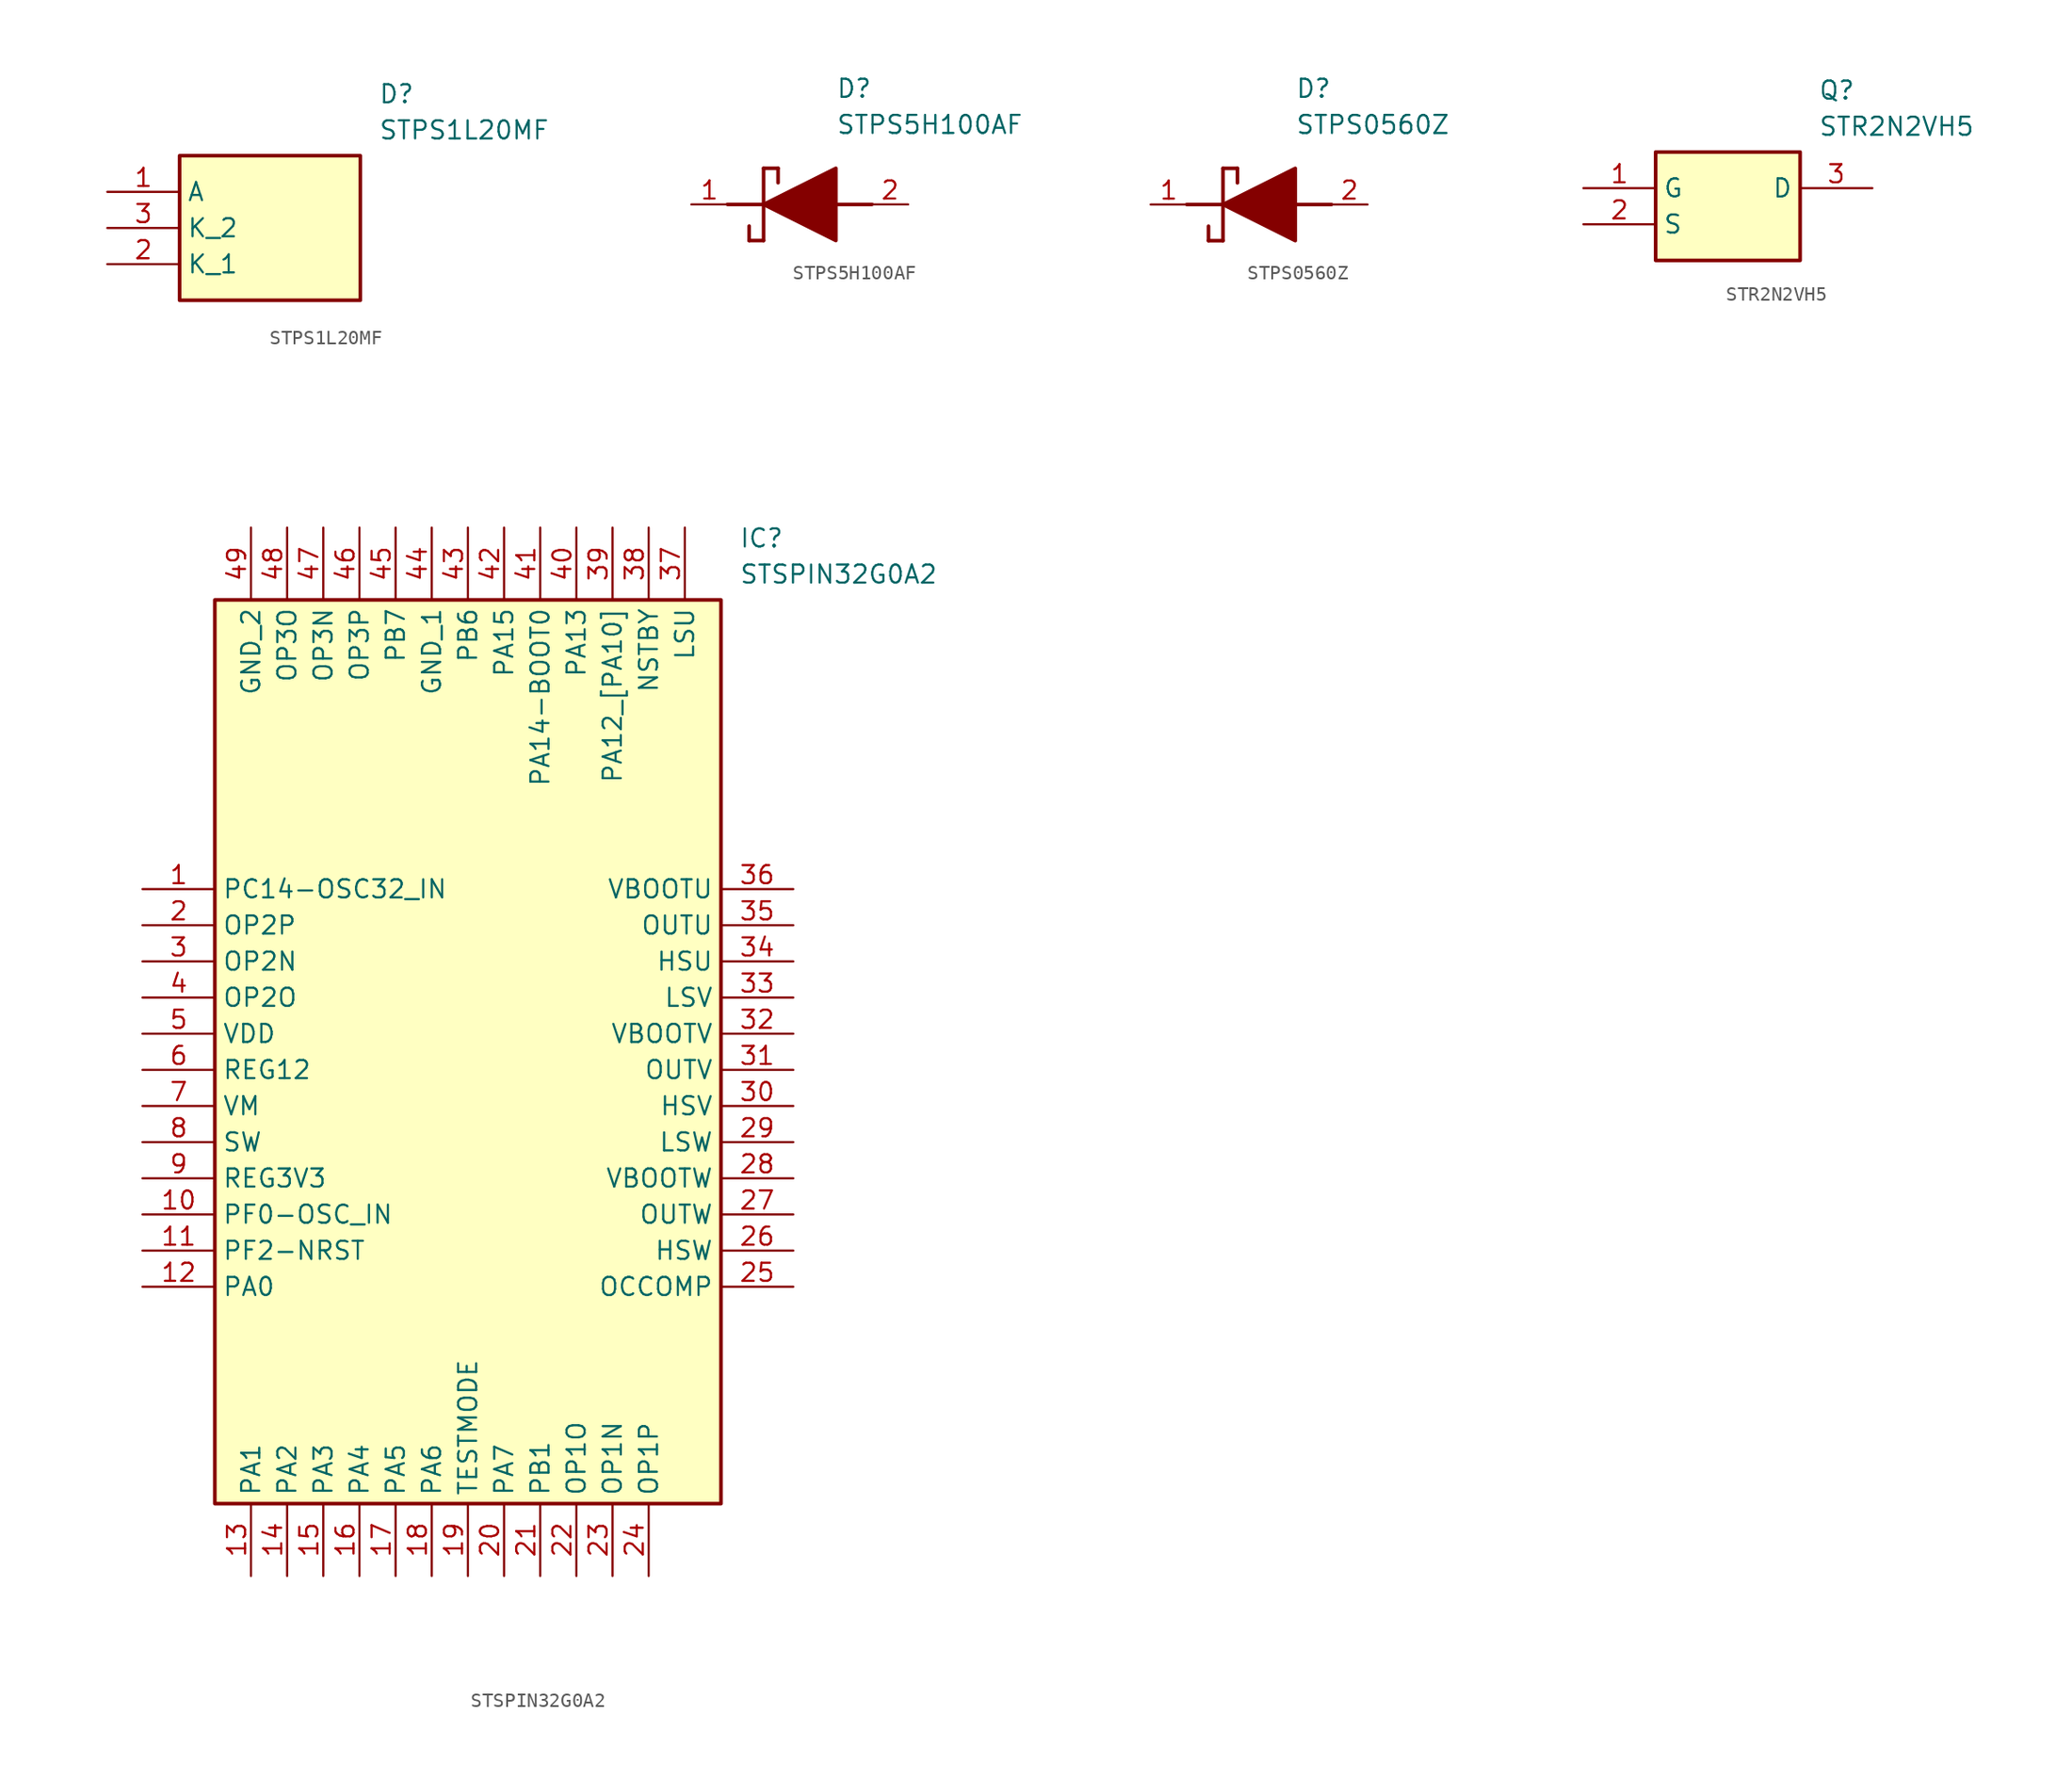
<source format=kicad_sym>
(kicad_symbol_lib
  (version 20241209)
  (generator "kicad_symbol_editor")
  (generator_version "9.0")
  (symbol "STPS1L20MF"
    (property "Reference" "D"
      (at 19.05 7.62 0)
      (effects (font (size 1.27 1.27)) (justify left top)))
    (property "Value" "STPS1L20MF"
      (at 19.05 5.08 0)
      (effects (font (size 1.27 1.27)) (justify left top)))
    (symbol "STPS1L20MF_1_1"
      (rectangle (start 5.08 2.54) (end 17.78 -7.62) (stroke (width 0.254) (type default)) (fill (type background)))
      (pin passive line (at 0 0 0) (length 5.08) (name "A" (effects (font (size 1.27 1.27)))) (number "1" (effects (font (size 1.27 1.27)))))
      (pin passive line (at 0 -2.54 0) (length 5.08) (name "K_2" (effects (font (size 1.27 1.27)))) (number "3" (effects (font (size 1.27 1.27)))))
      (pin passive line (at 0 -5.08 0) (length 5.08) (name "K_1" (effects (font (size 1.27 1.27)))) (number "2" (effects (font (size 1.27 1.27)))))))
  (symbol "STPS5H100AF"
    (pin_names
      (hide yes))
    (property "Reference" "D"
      (at 12.7 8.89 0)
      (effects (font (size 1.27 1.27)) (justify left top)))
    (property "Value" "STPS5H100AF"
      (at 12.7 6.35 0)
      (effects (font (size 1.27 1.27)) (justify left top)))
    (symbol "STPS5H100AF_1_1"
      (polyline (pts (xy 5.08 0) (xy 7.62 0)) (stroke (width 0.254) (type default)) (fill (type none)))
      (polyline (pts (xy 6.604 -1.524) (xy 6.604 -2.54)) (stroke (width 0.254) (type default)) (fill (type none)))
      (polyline (pts (xy 7.62 2.54) (xy 7.62 -2.54)) (stroke (width 0.254) (type default)) (fill (type none)))
      (polyline (pts (xy 7.62 2.54) (xy 8.636 2.54)) (stroke (width 0.254) (type default)) (fill (type none)))
      (polyline (pts (xy 7.62 0) (xy 12.7 2.54) (xy 12.7 -2.54) (xy 7.62 0)) (stroke (width 0.254) (type default)) (fill (type outline)))
      (polyline (pts (xy 7.62 -2.54) (xy 6.604 -2.54)) (stroke (width 0.254) (type default)) (fill (type none)))
      (polyline (pts (xy 8.636 1.524) (xy 8.636 2.54)) (stroke (width 0.254) (type default)) (fill (type none)))
      (polyline (pts (xy 12.7 0) (xy 15.24 0)) (stroke (width 0.254) (type default)) (fill (type none)))
      (pin passive line (at 2.54 0 0) (length 2.54) (name "K" (effects (font (size 1.27 1.27)))) (number "1" (effects (font (size 1.27 1.27)))))
      (pin passive line (at 17.78 0 180) (length 2.54) (name "A" (effects (font (size 1.27 1.27)))) (number "2" (effects (font (size 1.27 1.27)))))))
  (symbol "STPS0560Z"
    (pin_names
      (hide yes))
    (property "Reference" "D"
      (at 12.7 8.89 0)
      (effects (font (size 1.27 1.27)) (justify left top)))
    (property "Value" "STPS0560Z"
      (at 12.7 6.35 0)
      (effects (font (size 1.27 1.27)) (justify left top)))
    (symbol "STPS0560Z_1_1"
      (polyline (pts (xy 5.08 0) (xy 7.62 0)) (stroke (width 0.254) (type default)) (fill (type none)))
      (polyline (pts (xy 6.604 -1.524) (xy 6.604 -2.54)) (stroke (width 0.254) (type default)) (fill (type none)))
      (polyline (pts (xy 7.62 2.54) (xy 7.62 -2.54)) (stroke (width 0.254) (type default)) (fill (type none)))
      (polyline (pts (xy 7.62 2.54) (xy 8.636 2.54)) (stroke (width 0.254) (type default)) (fill (type none)))
      (polyline (pts (xy 7.62 0) (xy 12.7 2.54) (xy 12.7 -2.54) (xy 7.62 0)) (stroke (width 0.254) (type default)) (fill (type outline)))
      (polyline (pts (xy 7.62 -2.54) (xy 6.604 -2.54)) (stroke (width 0.254) (type default)) (fill (type none)))
      (polyline (pts (xy 8.636 1.524) (xy 8.636 2.54)) (stroke (width 0.254) (type default)) (fill (type none)))
      (polyline (pts (xy 12.7 0) (xy 15.24 0)) (stroke (width 0.254) (type default)) (fill (type none)))
      (pin passive line (at 2.54 0 0) (length 2.54) (name "K" (effects (font (size 1.27 1.27)))) (number "1" (effects (font (size 1.27 1.27)))))
      (pin passive line (at 17.78 0 180) (length 2.54) (name "A" (effects (font (size 1.27 1.27)))) (number "2" (effects (font (size 1.27 1.27)))))))
  (symbol "STR2N2VH5"
    (property "Reference" "Q"
      (at 16.51 7.62 0)
      (effects (font (size 1.27 1.27)) (justify left top)))
    (property "Value" "STR2N2VH5"
      (at 16.51 5.08 0)
      (effects (font (size 1.27 1.27)) (justify left top)))
    (symbol "STR2N2VH5_1_1"
      (rectangle (start 5.08 2.54) (end 15.24 -5.08) (stroke (width 0.254) (type default)) (fill (type background)))
      (pin passive line (at 0 0 0) (length 5.08) (name "G" (effects (font (size 1.27 1.27)))) (number "1" (effects (font (size 1.27 1.27)))))
      (pin passive line (at 0 -2.54 0) (length 5.08) (name "S" (effects (font (size 1.27 1.27)))) (number "2" (effects (font (size 1.27 1.27)))))
      (pin passive line (at 20.32 0 180) (length 5.08) (name "D" (effects (font (size 1.27 1.27)))) (number "3" (effects (font (size 1.27 1.27)))))))
  (symbol "STSPIN32G0A2"
    (property "Reference" "IC"
      (at 41.91 25.4 0)
      (effects (font (size 1.27 1.27)) (justify left top)))
    (property "Value" "STSPIN32G0A2"
      (at 41.91 22.86 0)
      (effects (font (size 1.27 1.27)) (justify left top)))
    (symbol "STSPIN32G0A2_1_1"
      (rectangle (start 5.08 20.32) (end 40.64 -43.18) (stroke (width 0.254) (type default)) (fill (type background)))
      (pin passive line (at 0 0 0) (length 5.08) (name "PC14-OSC32_IN" (effects (font (size 1.27 1.27)))) (number "1" (effects (font (size 1.27 1.27)))))
      (pin passive line (at 0 -2.54 0) (length 5.08) (name "OP2P" (effects (font (size 1.27 1.27)))) (number "2" (effects (font (size 1.27 1.27)))))
      (pin passive line (at 0 -5.08 0) (length 5.08) (name "OP2N" (effects (font (size 1.27 1.27)))) (number "3" (effects (font (size 1.27 1.27)))))
      (pin passive line (at 0 -7.62 0) (length 5.08) (name "OP2O" (effects (font (size 1.27 1.27)))) (number "4" (effects (font (size 1.27 1.27)))))
      (pin passive line (at 0 -10.16 0) (length 5.08) (name "VDD" (effects (font (size 1.27 1.27)))) (number "5" (effects (font (size 1.27 1.27)))))
      (pin passive line (at 0 -12.7 0) (length 5.08) (name "REG12" (effects (font (size 1.27 1.27)))) (number "6" (effects (font (size 1.27 1.27)))))
      (pin passive line (at 0 -15.24 0) (length 5.08) (name "VM" (effects (font (size 1.27 1.27)))) (number "7" (effects (font (size 1.27 1.27)))))
      (pin passive line (at 0 -17.78 0) (length 5.08) (name "SW" (effects (font (size 1.27 1.27)))) (number "8" (effects (font (size 1.27 1.27)))))
      (pin passive line (at 0 -20.32 0) (length 5.08) (name "REG3V3" (effects (font (size 1.27 1.27)))) (number "9" (effects (font (size 1.27 1.27)))))
      (pin passive line (at 0 -22.86 0) (length 5.08) (name "PF0-OSC_IN" (effects (font (size 1.27 1.27)))) (number "10" (effects (font (size 1.27 1.27)))))
      (pin passive line (at 0 -25.4 0) (length 5.08) (name "PF2-NRST" (effects (font (size 1.27 1.27)))) (number "11" (effects (font (size 1.27 1.27)))))
      (pin passive line (at 0 -27.94 0) (length 5.08) (name "PA0" (effects (font (size 1.27 1.27)))) (number "12" (effects (font (size 1.27 1.27)))))
      (pin passive line (at 7.62 25.4 270) (length 5.08) (name "GND_2" (effects (font (size 1.27 1.27)))) (number "49" (effects (font (size 1.27 1.27)))))
      (pin passive line (at 7.62 -48.26 90) (length 5.08) (name "PA1" (effects (font (size 1.27 1.27)))) (number "13" (effects (font (size 1.27 1.27)))))
      (pin passive line (at 10.16 25.4 270) (length 5.08) (name "OP3O" (effects (font (size 1.27 1.27)))) (number "48" (effects (font (size 1.27 1.27)))))
      (pin passive line (at 10.16 -48.26 90) (length 5.08) (name "PA2" (effects (font (size 1.27 1.27)))) (number "14" (effects (font (size 1.27 1.27)))))
      (pin passive line (at 12.7 25.4 270) (length 5.08) (name "OP3N" (effects (font (size 1.27 1.27)))) (number "47" (effects (font (size 1.27 1.27)))))
      (pin passive line (at 12.7 -48.26 90) (length 5.08) (name "PA3" (effects (font (size 1.27 1.27)))) (number "15" (effects (font (size 1.27 1.27)))))
      (pin passive line (at 15.24 25.4 270) (length 5.08) (name "OP3P" (effects (font (size 1.27 1.27)))) (number "46" (effects (font (size 1.27 1.27)))))
      (pin passive line (at 15.24 -48.26 90) (length 5.08) (name "PA4" (effects (font (size 1.27 1.27)))) (number "16" (effects (font (size 1.27 1.27)))))
      (pin passive line (at 17.78 25.4 270) (length 5.08) (name "PB7" (effects (font (size 1.27 1.27)))) (number "45" (effects (font (size 1.27 1.27)))))
      (pin passive line (at 17.78 -48.26 90) (length 5.08) (name "PA5" (effects (font (size 1.27 1.27)))) (number "17" (effects (font (size 1.27 1.27)))))
      (pin passive line (at 20.32 25.4 270) (length 5.08) (name "GND_1" (effects (font (size 1.27 1.27)))) (number "44" (effects (font (size 1.27 1.27)))))
      (pin passive line (at 20.32 -48.26 90) (length 5.08) (name "PA6" (effects (font (size 1.27 1.27)))) (number "18" (effects (font (size 1.27 1.27)))))
      (pin passive line (at 22.86 25.4 270) (length 5.08) (name "PB6" (effects (font (size 1.27 1.27)))) (number "43" (effects (font (size 1.27 1.27)))))
      (pin passive line (at 22.86 -48.26 90) (length 5.08) (name "TESTMODE" (effects (font (size 1.27 1.27)))) (number "19" (effects (font (size 1.27 1.27)))))
      (pin passive line (at 25.4 25.4 270) (length 5.08) (name "PA15" (effects (font (size 1.27 1.27)))) (number "42" (effects (font (size 1.27 1.27)))))
      (pin passive line (at 25.4 -48.26 90) (length 5.08) (name "PA7" (effects (font (size 1.27 1.27)))) (number "20" (effects (font (size 1.27 1.27)))))
      (pin passive line (at 27.94 25.4 270) (length 5.08) (name "PA14-BOOT0" (effects (font (size 1.27 1.27)))) (number "41" (effects (font (size 1.27 1.27)))))
      (pin passive line (at 27.94 -48.26 90) (length 5.08) (name "PB1" (effects (font (size 1.27 1.27)))) (number "21" (effects (font (size 1.27 1.27)))))
      (pin passive line (at 30.48 25.4 270) (length 5.08) (name "PA13" (effects (font (size 1.27 1.27)))) (number "40" (effects (font (size 1.27 1.27)))))
      (pin passive line (at 30.48 -48.26 90) (length 5.08) (name "OP1O" (effects (font (size 1.27 1.27)))) (number "22" (effects (font (size 1.27 1.27)))))
      (pin passive line (at 33.02 25.4 270) (length 5.08) (name "PA12_[PA10]" (effects (font (size 1.27 1.27)))) (number "39" (effects (font (size 1.27 1.27)))))
      (pin passive line (at 33.02 -48.26 90) (length 5.08) (name "OP1N" (effects (font (size 1.27 1.27)))) (number "23" (effects (font (size 1.27 1.27)))))
      (pin passive line (at 35.56 25.4 270) (length 5.08) (name "NSTBY" (effects (font (size 1.27 1.27)))) (number "38" (effects (font (size 1.27 1.27)))))
      (pin passive line (at 35.56 -48.26 90) (length 5.08) (name "OP1P" (effects (font (size 1.27 1.27)))) (number "24" (effects (font (size 1.27 1.27)))))
      (pin passive line (at 38.1 25.4 270) (length 5.08) (name "LSU" (effects (font (size 1.27 1.27)))) (number "37" (effects (font (size 1.27 1.27)))))
      (pin passive line (at 45.72 0 180) (length 5.08) (name "VBOOTU" (effects (font (size 1.27 1.27)))) (number "36" (effects (font (size 1.27 1.27)))))
      (pin passive line (at 45.72 -2.54 180) (length 5.08) (name "OUTU" (effects (font (size 1.27 1.27)))) (number "35" (effects (font (size 1.27 1.27)))))
      (pin passive line (at 45.72 -5.08 180) (length 5.08) (name "HSU" (effects (font (size 1.27 1.27)))) (number "34" (effects (font (size 1.27 1.27)))))
      (pin passive line (at 45.72 -7.62 180) (length 5.08) (name "LSV" (effects (font (size 1.27 1.27)))) (number "33" (effects (font (size 1.27 1.27)))))
      (pin passive line (at 45.72 -10.16 180) (length 5.08) (name "VBOOTV" (effects (font (size 1.27 1.27)))) (number "32" (effects (font (size 1.27 1.27)))))
      (pin passive line (at 45.72 -12.7 180) (length 5.08) (name "OUTV" (effects (font (size 1.27 1.27)))) (number "31" (effects (font (size 1.27 1.27)))))
      (pin passive line (at 45.72 -15.24 180) (length 5.08) (name "HSV" (effects (font (size 1.27 1.27)))) (number "30" (effects (font (size 1.27 1.27)))))
      (pin passive line (at 45.72 -17.78 180) (length 5.08) (name "LSW" (effects (font (size 1.27 1.27)))) (number "29" (effects (font (size 1.27 1.27)))))
      (pin passive line (at 45.72 -20.32 180) (length 5.08) (name "VBOOTW" (effects (font (size 1.27 1.27)))) (number "28" (effects (font (size 1.27 1.27)))))
      (pin passive line (at 45.72 -22.86 180) (length 5.08) (name "OUTW" (effects (font (size 1.27 1.27)))) (number "27" (effects (font (size 1.27 1.27)))))
      (pin passive line (at 45.72 -25.4 180) (length 5.08) (name "HSW" (effects (font (size 1.27 1.27)))) (number "26" (effects (font (size 1.27 1.27)))))
      (pin passive line (at 45.72 -27.94 180) (length 5.08) (name "OCCOMP" (effects (font (size 1.27 1.27)))) (number "25" (effects (font (size 1.27 1.27))))))))
</source>
